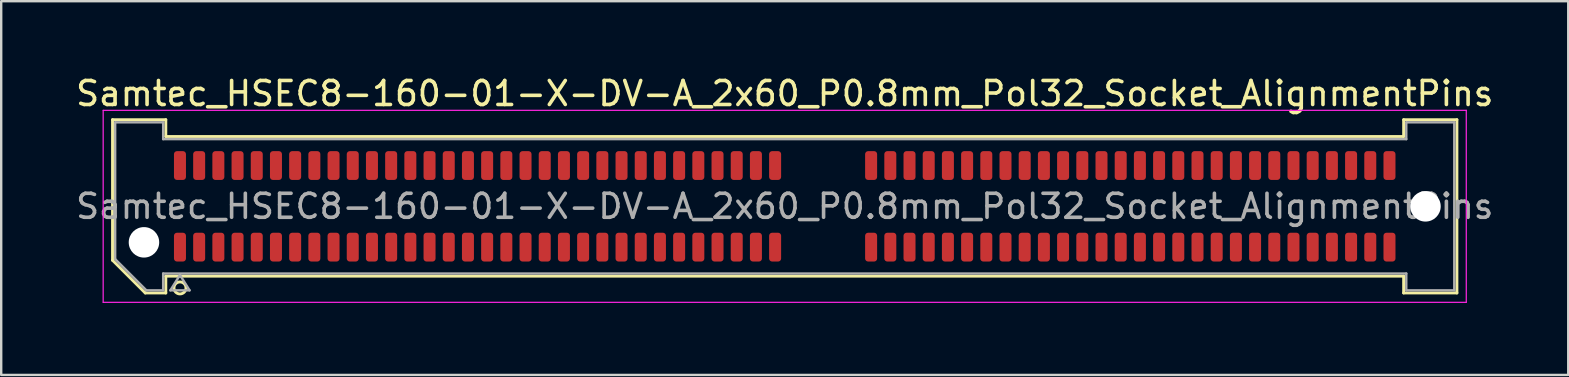
<source format=kicad_pcb>
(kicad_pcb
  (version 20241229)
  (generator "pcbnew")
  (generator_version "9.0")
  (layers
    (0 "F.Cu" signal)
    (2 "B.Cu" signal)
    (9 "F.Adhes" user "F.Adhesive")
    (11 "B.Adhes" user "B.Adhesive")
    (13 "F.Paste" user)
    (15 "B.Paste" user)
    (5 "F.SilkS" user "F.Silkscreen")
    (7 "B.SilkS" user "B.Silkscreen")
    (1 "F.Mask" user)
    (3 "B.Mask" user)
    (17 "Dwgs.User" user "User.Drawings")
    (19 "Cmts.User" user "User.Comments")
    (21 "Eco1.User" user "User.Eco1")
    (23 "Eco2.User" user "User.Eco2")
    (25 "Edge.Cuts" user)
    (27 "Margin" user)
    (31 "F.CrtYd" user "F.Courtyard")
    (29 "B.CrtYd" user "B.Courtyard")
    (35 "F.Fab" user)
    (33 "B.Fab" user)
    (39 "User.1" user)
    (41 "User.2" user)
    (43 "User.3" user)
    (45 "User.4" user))
  (footprint "Samtec_HSEC8-160-01-X-DV-A_2x60_P0.8mm_Pol32_Socket_AlignmentPins"
    (layer "F.Cu")
    (at 29.649 5.548)
    (property "Reference" "Samtec_HSEC8-160-01-X-DV-A_2x60_P0.8mm_Pol32_Socket_AlignmentPins" (at 0 -4.7 0) (layer "F.SilkS") (effects (font (size 1 1) (thickness 0.15))))
    (attr smd)
    (fp_line (start -28.01 -3.61) (end -25.79 -3.61) (stroke (width 0.12) (type solid)) (layer "F.SilkS"))
    (fp_line (start -28.01 2.246) (end -28.01 -3.61) (stroke (width 0.12) (type solid)) (layer "F.SilkS"))
    (fp_line (start -26.646 3.61) (end -28.01 2.246) (stroke (width 0.12) (type solid)) (layer "F.SilkS"))
    (fp_line (start -25.79 -3.61) (end -25.79 -2.91) (stroke (width 0.12) (type solid)) (layer "F.SilkS"))
    (fp_line (start -25.79 -2.91) (end 25.79 -2.91) (stroke (width 0.12) (type solid)) (layer "F.SilkS"))
    (fp_line (start -25.79 2.91) (end -25.79 3.61) (stroke (width 0.12) (type solid)) (layer "F.SilkS"))
    (fp_line (start -25.79 3.61) (end -26.646 3.61) (stroke (width 0.12) (type solid)) (layer "F.SilkS"))
    (fp_line (start 25.79 -3.61) (end 28.01 -3.61) (stroke (width 0.12) (type solid)) (layer "F.SilkS"))
    (fp_line (start 25.79 -2.91) (end 25.79 -3.61) (stroke (width 0.12) (type solid)) (layer "F.SilkS"))
    (fp_line (start 25.79 2.91) (end -25.79 2.91) (stroke (width 0.12) (type solid)) (layer "F.SilkS"))
    (fp_line (start 25.79 3.61) (end 25.79 2.91) (stroke (width 0.12) (type solid)) (layer "F.SilkS"))
    (fp_line (start 28.01 -3.61) (end 28.01 3.61) (stroke (width 0.12) (type solid)) (layer "F.SilkS"))
    (fp_line (start 28.01 3.61) (end 25.79 3.61) (stroke (width 0.12) (type solid)) (layer "F.SilkS"))
    (fp_arc (start -24.95 3.4) (mid -25.45 3.4) (end -24.95 3.4) (stroke (width 0.12) (type solid)) (layer "F.SilkS"))
    (fp_line (start -28.4 -4) (end -28.4 4) (stroke (width 0.05) (type solid)) (layer "F.CrtYd"))
    (fp_line (start -28.4 4) (end 28.4 4) (stroke (width 0.05) (type solid)) (layer "F.CrtYd"))
    (fp_line (start 28.4 -4) (end -28.4 -4) (stroke (width 0.05) (type solid)) (layer "F.CrtYd"))
    (fp_line (start 28.4 4) (end 28.4 -4) (stroke (width 0.05) (type solid)) (layer "F.CrtYd"))
    (fp_line (start -27.9 -3.5) (end -25.9 -3.5) (stroke (width 0.1) (type solid)) (layer "F.Fab"))
    (fp_line (start -27.9 2.2) (end -27.9 -3.5) (stroke (width 0.1) (type solid)) (layer "F.Fab"))
    (fp_line (start -26.6 3.5) (end -27.9 2.2) (stroke (width 0.1) (type solid)) (layer "F.Fab"))
    (fp_line (start -25.9 -3.5) (end -25.9 -2.8) (stroke (width 0.1) (type solid)) (layer "F.Fab"))
    (fp_line (start -25.9 -2.8) (end 25.9 -2.8) (stroke (width 0.1) (type solid)) (layer "F.Fab"))
    (fp_line (start -25.9 2.8) (end -25.9 3.5) (stroke (width 0.1) (type solid)) (layer "F.Fab"))
    (fp_line (start -25.9 3.5) (end -26.6 3.5) (stroke (width 0.1) (type solid)) (layer "F.Fab"))
    (fp_line (start -25.6 3.5) (end -25.2 2.86) (stroke (width 0.1) (type solid)) (layer "F.Fab"))
    (fp_line (start -25.2 2.86) (end -24.8 3.5) (stroke (width 0.1) (type solid)) (layer "F.Fab"))
    (fp_line (start -24.8 3.5) (end -25.6 3.5) (stroke (width 0.1) (type solid)) (layer "F.Fab"))
    (fp_line (start 25.9 -3.5) (end 27.9 -3.5) (stroke (width 0.1) (type solid)) (layer "F.Fab"))
    (fp_line (start 25.9 -2.8) (end 25.9 -3.5) (stroke (width 0.1) (type solid)) (layer "F.Fab"))
    (fp_line (start 25.9 2.8) (end -25.9 2.8) (stroke (width 0.1) (type solid)) (layer "F.Fab"))
    (fp_line (start 25.9 3.5) (end 25.9 2.8) (stroke (width 0.1) (type solid)) (layer "F.Fab"))
    (fp_line (start 27.9 -3.5) (end 27.9 3.5) (stroke (width 0.1) (type solid)) (layer "F.Fab"))
    (fp_line (start 27.9 3.5) (end 25.9 3.5) (stroke (width 0.1) (type solid)) (layer "F.Fab"))
    (fp_text user "${REFERENCE}" (at 0 0 0) (layer "F.Fab") (effects (font (size 1 1) (thickness 0.15))))
    (pad "" np_thru_hole circle (at -26.7 1.5) (size 1.27 1.27) (drill 1.27) (layers "*.Cu" "*.Mask"))
    (pad "" np_thru_hole circle (at 26.7 0) (size 1.27 1.27) (drill 1.27) (layers "*.Cu" "*.Mask"))
    (pad "1" smd roundrect (at -25.2 1.7) (size 0.5 1.2) (layers "F.Cu" "F.Mask" "F.Paste") (roundrect_rratio 0.25))
    (pad "2" smd roundrect (at -25.2 -1.7) (size 0.5 1.2) (layers "F.Cu" "F.Mask" "F.Paste") (roundrect_rratio 0.25))
    (pad "3" smd roundrect (at -24.4 1.7) (size 0.5 1.2) (layers "F.Cu" "F.Mask" "F.Paste") (roundrect_rratio 0.25))
    (pad "4" smd roundrect (at -24.4 -1.7) (size 0.5 1.2) (layers "F.Cu" "F.Mask" "F.Paste") (roundrect_rratio 0.25))
    (pad "5" smd roundrect (at -23.6 1.7) (size 0.5 1.2) (layers "F.Cu" "F.Mask" "F.Paste") (roundrect_rratio 0.25))
    (pad "6" smd roundrect (at -23.6 -1.7) (size 0.5 1.2) (layers "F.Cu" "F.Mask" "F.Paste") (roundrect_rratio 0.25))
    (pad "7" smd roundrect (at -22.8 1.7) (size 0.5 1.2) (layers "F.Cu" "F.Mask" "F.Paste") (roundrect_rratio 0.25))
    (pad "8" smd roundrect (at -22.8 -1.7) (size 0.5 1.2) (layers "F.Cu" "F.Mask" "F.Paste") (roundrect_rratio 0.25))
    (pad "9" smd roundrect (at -22 1.7) (size 0.5 1.2) (layers "F.Cu" "F.Mask" "F.Paste") (roundrect_rratio 0.25))
    (pad "10" smd roundrect (at -22 -1.7) (size 0.5 1.2) (layers "F.Cu" "F.Mask" "F.Paste") (roundrect_rratio 0.25))
    (pad "11" smd roundrect (at -21.2 1.7) (size 0.5 1.2) (layers "F.Cu" "F.Mask" "F.Paste") (roundrect_rratio 0.25))
    (pad "12" smd roundrect (at -21.2 -1.7) (size 0.5 1.2) (layers "F.Cu" "F.Mask" "F.Paste") (roundrect_rratio 0.25))
    (pad "13" smd roundrect (at -20.4 1.7) (size 0.5 1.2) (layers "F.Cu" "F.Mask" "F.Paste") (roundrect_rratio 0.25))
    (pad "14" smd roundrect (at -20.4 -1.7) (size 0.5 1.2) (layers "F.Cu" "F.Mask" "F.Paste") (roundrect_rratio 0.25))
    (pad "15" smd roundrect (at -19.6 1.7) (size 0.5 1.2) (layers "F.Cu" "F.Mask" "F.Paste") (roundrect_rratio 0.25))
    (pad "16" smd roundrect (at -19.6 -1.7) (size 0.5 1.2) (layers "F.Cu" "F.Mask" "F.Paste") (roundrect_rratio 0.25))
    (pad "17" smd roundrect (at -18.8 1.7) (size 0.5 1.2) (layers "F.Cu" "F.Mask" "F.Paste") (roundrect_rratio 0.25))
    (pad "18" smd roundrect (at -18.8 -1.7) (size 0.5 1.2) (layers "F.Cu" "F.Mask" "F.Paste") (roundrect_rratio 0.25))
    (pad "19" smd roundrect (at -18 1.7) (size 0.5 1.2) (layers "F.Cu" "F.Mask" "F.Paste") (roundrect_rratio 0.25))
    (pad "20" smd roundrect (at -18 -1.7) (size 0.5 1.2) (layers "F.Cu" "F.Mask" "F.Paste") (roundrect_rratio 0.25))
    (pad "21" smd roundrect (at -17.2 1.7) (size 0.5 1.2) (layers "F.Cu" "F.Mask" "F.Paste") (roundrect_rratio 0.25))
    (pad "22" smd roundrect (at -17.2 -1.7) (size 0.5 1.2) (layers "F.Cu" "F.Mask" "F.Paste") (roundrect_rratio 0.25))
    (pad "23" smd roundrect (at -16.4 1.7) (size 0.5 1.2) (layers "F.Cu" "F.Mask" "F.Paste") (roundrect_rratio 0.25))
    (pad "24" smd roundrect (at -16.4 -1.7) (size 0.5 1.2) (layers "F.Cu" "F.Mask" "F.Paste") (roundrect_rratio 0.25))
    (pad "25" smd roundrect (at -15.6 1.7) (size 0.5 1.2) (layers "F.Cu" "F.Mask" "F.Paste") (roundrect_rratio 0.25))
    (pad "26" smd roundrect (at -15.6 -1.7) (size 0.5 1.2) (layers "F.Cu" "F.Mask" "F.Paste") (roundrect_rratio 0.25))
    (pad "27" smd roundrect (at -14.8 1.7) (size 0.5 1.2) (layers "F.Cu" "F.Mask" "F.Paste") (roundrect_rratio 0.25))
    (pad "28" smd roundrect (at -14.8 -1.7) (size 0.5 1.2) (layers "F.Cu" "F.Mask" "F.Paste") (roundrect_rratio 0.25))
    (pad "29" smd roundrect (at -14 1.7) (size 0.5 1.2) (layers "F.Cu" "F.Mask" "F.Paste") (roundrect_rratio 0.25))
    (pad "30" smd roundrect (at -14 -1.7) (size 0.5 1.2) (layers "F.Cu" "F.Mask" "F.Paste") (roundrect_rratio 0.25))
    (pad "31" smd roundrect (at -13.2 1.7) (size 0.5 1.2) (layers "F.Cu" "F.Mask" "F.Paste") (roundrect_rratio 0.25))
    (pad "32" smd roundrect (at -13.2 -1.7) (size 0.5 1.2) (layers "F.Cu" "F.Mask" "F.Paste") (roundrect_rratio 0.25))
    (pad "33" smd roundrect (at -12.4 1.7) (size 0.5 1.2) (layers "F.Cu" "F.Mask" "F.Paste") (roundrect_rratio 0.25))
    (pad "34" smd roundrect (at -12.4 -1.7) (size 0.5 1.2) (layers "F.Cu" "F.Mask" "F.Paste") (roundrect_rratio 0.25))
    (pad "35" smd roundrect (at -11.6 1.7) (size 0.5 1.2) (layers "F.Cu" "F.Mask" "F.Paste") (roundrect_rratio 0.25))
    (pad "36" smd roundrect (at -11.6 -1.7) (size 0.5 1.2) (layers "F.Cu" "F.Mask" "F.Paste") (roundrect_rratio 0.25))
    (pad "37" smd roundrect (at -10.8 1.7) (size 0.5 1.2) (layers "F.Cu" "F.Mask" "F.Paste") (roundrect_rratio 0.25))
    (pad "38" smd roundrect (at -10.8 -1.7) (size 0.5 1.2) (layers "F.Cu" "F.Mask" "F.Paste") (roundrect_rratio 0.25))
    (pad "39" smd roundrect (at -10 1.7) (size 0.5 1.2) (layers "F.Cu" "F.Mask" "F.Paste") (roundrect_rratio 0.25))
    (pad "40" smd roundrect (at -10 -1.7) (size 0.5 1.2) (layers "F.Cu" "F.Mask" "F.Paste") (roundrect_rratio 0.25))
    (pad "41" smd roundrect (at -9.2 1.7) (size 0.5 1.2) (layers "F.Cu" "F.Mask" "F.Paste") (roundrect_rratio 0.25))
    (pad "42" smd roundrect (at -9.2 -1.7) (size 0.5 1.2) (layers "F.Cu" "F.Mask" "F.Paste") (roundrect_rratio 0.25))
    (pad "43" smd roundrect (at -8.4 1.7) (size 0.5 1.2) (layers "F.Cu" "F.Mask" "F.Paste") (roundrect_rratio 0.25))
    (pad "44" smd roundrect (at -8.4 -1.7) (size 0.5 1.2) (layers "F.Cu" "F.Mask" "F.Paste") (roundrect_rratio 0.25))
    (pad "45" smd roundrect (at -7.6 1.7) (size 0.5 1.2) (layers "F.Cu" "F.Mask" "F.Paste") (roundrect_rratio 0.25))
    (pad "46" smd roundrect (at -7.6 -1.7) (size 0.5 1.2) (layers "F.Cu" "F.Mask" "F.Paste") (roundrect_rratio 0.25))
    (pad "47" smd roundrect (at -6.8 1.7) (size 0.5 1.2) (layers "F.Cu" "F.Mask" "F.Paste") (roundrect_rratio 0.25))
    (pad "48" smd roundrect (at -6.8 -1.7) (size 0.5 1.2) (layers "F.Cu" "F.Mask" "F.Paste") (roundrect_rratio 0.25))
    (pad "49" smd roundrect (at -6 1.7) (size 0.5 1.2) (layers "F.Cu" "F.Mask" "F.Paste") (roundrect_rratio 0.25))
    (pad "50" smd roundrect (at -6 -1.7) (size 0.5 1.2) (layers "F.Cu" "F.Mask" "F.Paste") (roundrect_rratio 0.25))
    (pad "51" smd roundrect (at -5.2 1.7) (size 0.5 1.2) (layers "F.Cu" "F.Mask" "F.Paste") (roundrect_rratio 0.25))
    (pad "52" smd roundrect (at -5.2 -1.7) (size 0.5 1.2) (layers "F.Cu" "F.Mask" "F.Paste") (roundrect_rratio 0.25))
    (pad "53" smd roundrect (at -4.4 1.7) (size 0.5 1.2) (layers "F.Cu" "F.Mask" "F.Paste") (roundrect_rratio 0.25))
    (pad "54" smd roundrect (at -4.4 -1.7) (size 0.5 1.2) (layers "F.Cu" "F.Mask" "F.Paste") (roundrect_rratio 0.25))
    (pad "55" smd roundrect (at -3.6 1.7) (size 0.5 1.2) (layers "F.Cu" "F.Mask" "F.Paste") (roundrect_rratio 0.25))
    (pad "56" smd roundrect (at -3.6 -1.7) (size 0.5 1.2) (layers "F.Cu" "F.Mask" "F.Paste") (roundrect_rratio 0.25))
    (pad "57" smd roundrect (at -2.8 1.7) (size 0.5 1.2) (layers "F.Cu" "F.Mask" "F.Paste") (roundrect_rratio 0.25))
    (pad "58" smd roundrect (at -2.8 -1.7) (size 0.5 1.2) (layers "F.Cu" "F.Mask" "F.Paste") (roundrect_rratio 0.25))
    (pad "59" smd roundrect (at -2 1.7) (size 0.5 1.2) (layers "F.Cu" "F.Mask" "F.Paste") (roundrect_rratio 0.25))
    (pad "60" smd roundrect (at -2 -1.7) (size 0.5 1.2) (layers "F.Cu" "F.Mask" "F.Paste") (roundrect_rratio 0.25))
    (pad "61" smd roundrect (at -1.2 1.7) (size 0.5 1.2) (layers "F.Cu" "F.Mask" "F.Paste") (roundrect_rratio 0.25))
    (pad "62" smd roundrect (at -1.2 -1.7) (size 0.5 1.2) (layers "F.Cu" "F.Mask" "F.Paste") (roundrect_rratio 0.25))
    (pad "63" smd roundrect (at -0.4 1.7) (size 0.5 1.2) (layers "F.Cu" "F.Mask" "F.Paste") (roundrect_rratio 0.25))
    (pad "64" smd roundrect (at -0.4 -1.7) (size 0.5 1.2) (layers "F.Cu" "F.Mask" "F.Paste") (roundrect_rratio 0.25))
    (pad "65" smd roundrect (at 3.6 1.7) (size 0.5 1.2) (layers "F.Cu" "F.Mask" "F.Paste") (roundrect_rratio 0.25))
    (pad "66" smd roundrect (at 3.6 -1.7) (size 0.5 1.2) (layers "F.Cu" "F.Mask" "F.Paste") (roundrect_rratio 0.25))
    (pad "67" smd roundrect (at 4.4 1.7) (size 0.5 1.2) (layers "F.Cu" "F.Mask" "F.Paste") (roundrect_rratio 0.25))
    (pad "68" smd roundrect (at 4.4 -1.7) (size 0.5 1.2) (layers "F.Cu" "F.Mask" "F.Paste") (roundrect_rratio 0.25))
    (pad "69" smd roundrect (at 5.2 1.7) (size 0.5 1.2) (layers "F.Cu" "F.Mask" "F.Paste") (roundrect_rratio 0.25))
    (pad "70" smd roundrect (at 5.2 -1.7) (size 0.5 1.2) (layers "F.Cu" "F.Mask" "F.Paste") (roundrect_rratio 0.25))
    (pad "71" smd roundrect (at 6 1.7) (size 0.5 1.2) (layers "F.Cu" "F.Mask" "F.Paste") (roundrect_rratio 0.25))
    (pad "72" smd roundrect (at 6 -1.7) (size 0.5 1.2) (layers "F.Cu" "F.Mask" "F.Paste") (roundrect_rratio 0.25))
    (pad "73" smd roundrect (at 6.8 1.7) (size 0.5 1.2) (layers "F.Cu" "F.Mask" "F.Paste") (roundrect_rratio 0.25))
    (pad "74" smd roundrect (at 6.8 -1.7) (size 0.5 1.2) (layers "F.Cu" "F.Mask" "F.Paste") (roundrect_rratio 0.25))
    (pad "75" smd roundrect (at 7.6 1.7) (size 0.5 1.2) (layers "F.Cu" "F.Mask" "F.Paste") (roundrect_rratio 0.25))
    (pad "76" smd roundrect (at 7.6 -1.7) (size 0.5 1.2) (layers "F.Cu" "F.Mask" "F.Paste") (roundrect_rratio 0.25))
    (pad "77" smd roundrect (at 8.4 1.7) (size 0.5 1.2) (layers "F.Cu" "F.Mask" "F.Paste") (roundrect_rratio 0.25))
    (pad "78" smd roundrect (at 8.4 -1.7) (size 0.5 1.2) (layers "F.Cu" "F.Mask" "F.Paste") (roundrect_rratio 0.25))
    (pad "79" smd roundrect (at 9.2 1.7) (size 0.5 1.2) (layers "F.Cu" "F.Mask" "F.Paste") (roundrect_rratio 0.25))
    (pad "80" smd roundrect (at 9.2 -1.7) (size 0.5 1.2) (layers "F.Cu" "F.Mask" "F.Paste") (roundrect_rratio 0.25))
    (pad "81" smd roundrect (at 10 1.7) (size 0.5 1.2) (layers "F.Cu" "F.Mask" "F.Paste") (roundrect_rratio 0.25))
    (pad "82" smd roundrect (at 10 -1.7) (size 0.5 1.2) (layers "F.Cu" "F.Mask" "F.Paste") (roundrect_rratio 0.25))
    (pad "83" smd roundrect (at 10.8 1.7) (size 0.5 1.2) (layers "F.Cu" "F.Mask" "F.Paste") (roundrect_rratio 0.25))
    (pad "84" smd roundrect (at 10.8 -1.7) (size 0.5 1.2) (layers "F.Cu" "F.Mask" "F.Paste") (roundrect_rratio 0.25))
    (pad "85" smd roundrect (at 11.6 1.7) (size 0.5 1.2) (layers "F.Cu" "F.Mask" "F.Paste") (roundrect_rratio 0.25))
    (pad "86" smd roundrect (at 11.6 -1.7) (size 0.5 1.2) (layers "F.Cu" "F.Mask" "F.Paste") (roundrect_rratio 0.25))
    (pad "87" smd roundrect (at 12.4 1.7) (size 0.5 1.2) (layers "F.Cu" "F.Mask" "F.Paste") (roundrect_rratio 0.25))
    (pad "88" smd roundrect (at 12.4 -1.7) (size 0.5 1.2) (layers "F.Cu" "F.Mask" "F.Paste") (roundrect_rratio 0.25))
    (pad "89" smd roundrect (at 13.2 1.7) (size 0.5 1.2) (layers "F.Cu" "F.Mask" "F.Paste") (roundrect_rratio 0.25))
    (pad "90" smd roundrect (at 13.2 -1.7) (size 0.5 1.2) (layers "F.Cu" "F.Mask" "F.Paste") (roundrect_rratio 0.25))
    (pad "91" smd roundrect (at 14 1.7) (size 0.5 1.2) (layers "F.Cu" "F.Mask" "F.Paste") (roundrect_rratio 0.25))
    (pad "92" smd roundrect (at 14 -1.7) (size 0.5 1.2) (layers "F.Cu" "F.Mask" "F.Paste") (roundrect_rratio 0.25))
    (pad "93" smd roundrect (at 14.8 1.7) (size 0.5 1.2) (layers "F.Cu" "F.Mask" "F.Paste") (roundrect_rratio 0.25))
    (pad "94" smd roundrect (at 14.8 -1.7) (size 0.5 1.2) (layers "F.Cu" "F.Mask" "F.Paste") (roundrect_rratio 0.25))
    (pad "95" smd roundrect (at 15.6 1.7) (size 0.5 1.2) (layers "F.Cu" "F.Mask" "F.Paste") (roundrect_rratio 0.25))
    (pad "96" smd roundrect (at 15.6 -1.7) (size 0.5 1.2) (layers "F.Cu" "F.Mask" "F.Paste") (roundrect_rratio 0.25))
    (pad "97" smd roundrect (at 16.4 1.7) (size 0.5 1.2) (layers "F.Cu" "F.Mask" "F.Paste") (roundrect_rratio 0.25))
    (pad "98" smd roundrect (at 16.4 -1.7) (size 0.5 1.2) (layers "F.Cu" "F.Mask" "F.Paste") (roundrect_rratio 0.25))
    (pad "99" smd roundrect (at 17.2 1.7) (size 0.5 1.2) (layers "F.Cu" "F.Mask" "F.Paste") (roundrect_rratio 0.25))
    (pad "100" smd roundrect (at 17.2 -1.7) (size 0.5 1.2) (layers "F.Cu" "F.Mask" "F.Paste") (roundrect_rratio 0.25))
    (pad "101" smd roundrect (at 18 1.7) (size 0.5 1.2) (layers "F.Cu" "F.Mask" "F.Paste") (roundrect_rratio 0.25))
    (pad "102" smd roundrect (at 18 -1.7) (size 0.5 1.2) (layers "F.Cu" "F.Mask" "F.Paste") (roundrect_rratio 0.25))
    (pad "103" smd roundrect (at 18.8 1.7) (size 0.5 1.2) (layers "F.Cu" "F.Mask" "F.Paste") (roundrect_rratio 0.25))
    (pad "104" smd roundrect (at 18.8 -1.7) (size 0.5 1.2) (layers "F.Cu" "F.Mask" "F.Paste") (roundrect_rratio 0.25))
    (pad "105" smd roundrect (at 19.6 1.7) (size 0.5 1.2) (layers "F.Cu" "F.Mask" "F.Paste") (roundrect_rratio 0.25))
    (pad "106" smd roundrect (at 19.6 -1.7) (size 0.5 1.2) (layers "F.Cu" "F.Mask" "F.Paste") (roundrect_rratio 0.25))
    (pad "107" smd roundrect (at 20.4 1.7) (size 0.5 1.2) (layers "F.Cu" "F.Mask" "F.Paste") (roundrect_rratio 0.25))
    (pad "108" smd roundrect (at 20.4 -1.7) (size 0.5 1.2) (layers "F.Cu" "F.Mask" "F.Paste") (roundrect_rratio 0.25))
    (pad "109" smd roundrect (at 21.2 1.7) (size 0.5 1.2) (layers "F.Cu" "F.Mask" "F.Paste") (roundrect_rratio 0.25))
    (pad "110" smd roundrect (at 21.2 -1.7) (size 0.5 1.2) (layers "F.Cu" "F.Mask" "F.Paste") (roundrect_rratio 0.25))
    (pad "111" smd roundrect (at 22 1.7) (size 0.5 1.2) (layers "F.Cu" "F.Mask" "F.Paste") (roundrect_rratio 0.25))
    (pad "112" smd roundrect (at 22 -1.7) (size 0.5 1.2) (layers "F.Cu" "F.Mask" "F.Paste") (roundrect_rratio 0.25))
    (pad "113" smd roundrect (at 22.8 1.7) (size 0.5 1.2) (layers "F.Cu" "F.Mask" "F.Paste") (roundrect_rratio 0.25))
    (pad "114" smd roundrect (at 22.8 -1.7) (size 0.5 1.2) (layers "F.Cu" "F.Mask" "F.Paste") (roundrect_rratio 0.25))
    (pad "115" smd roundrect (at 23.6 1.7) (size 0.5 1.2) (layers "F.Cu" "F.Mask" "F.Paste") (roundrect_rratio 0.25))
    (pad "116" smd roundrect (at 23.6 -1.7) (size 0.5 1.2) (layers "F.Cu" "F.Mask" "F.Paste") (roundrect_rratio 0.25))
    (pad "117" smd roundrect (at 24.4 1.7) (size 0.5 1.2) (layers "F.Cu" "F.Mask" "F.Paste") (roundrect_rratio 0.25))
    (pad "118" smd roundrect (at 24.4 -1.7) (size 0.5 1.2) (layers "F.Cu" "F.Mask" "F.Paste") (roundrect_rratio 0.25))
    (pad "119" smd roundrect (at 25.2 1.7) (size 0.5 1.2) (layers "F.Cu" "F.Mask" "F.Paste") (roundrect_rratio 0.25))
    (pad "120" smd roundrect (at 25.2 -1.7) (size 0.5 1.2) (layers "F.Cu" "F.Mask" "F.Paste") (roundrect_rratio 0.25)))
  (gr_rect
    (start -3 -3)
    (end 62.298 12.573)
    (stroke (width 0.1) (type default))
    (fill no)
    (layer "Edge.Cuts")))
</source>
